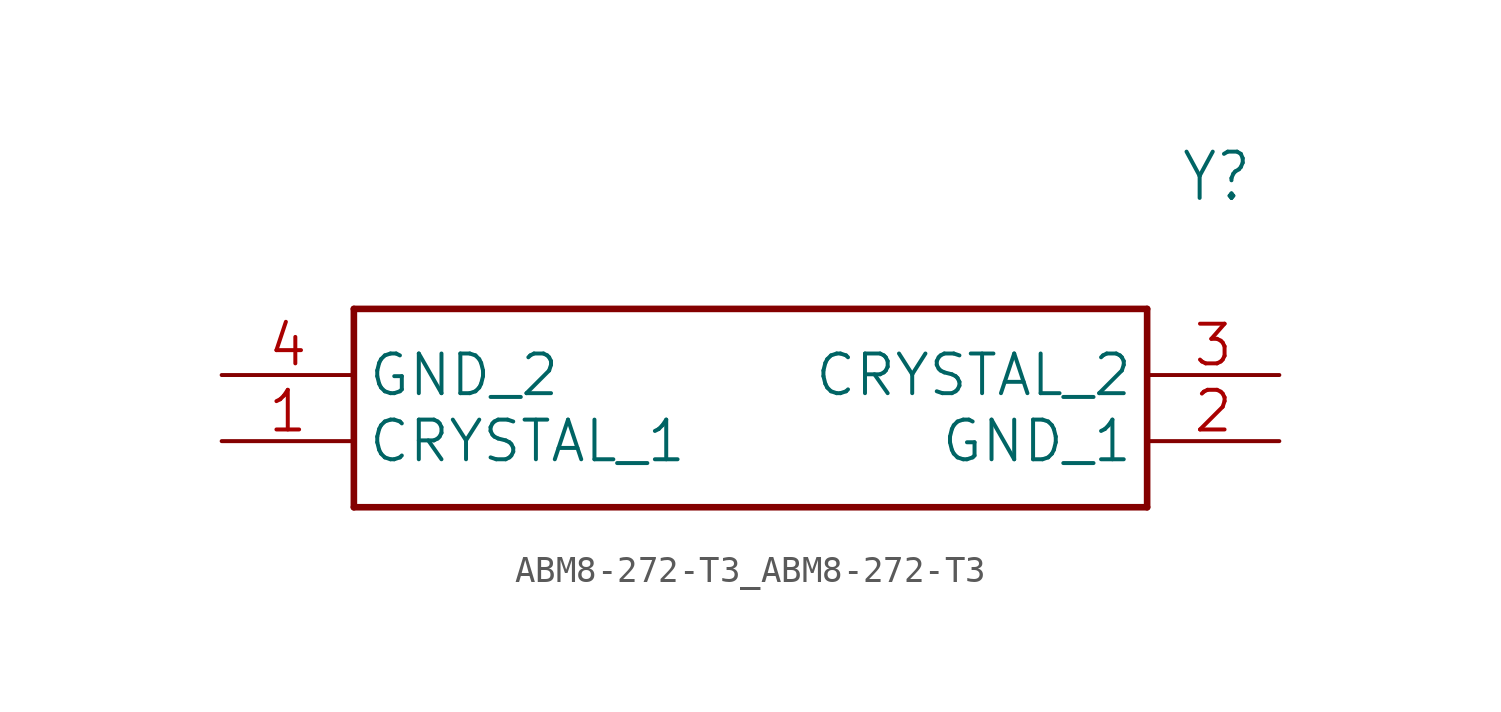
<source format=kicad_sym>
(kicad_symbol_lib
  (version 20241209)
  (generator "kicad_symbol_editor")
  (generator_version "9.0")
  (symbol "ABM8-272-T3_ABM8-272-T3"
    (property "Reference" "Y"
      (at 36.83 7.62 0)
      (effects (font (size 1.778 1.511)) (justify left)))
    (property "Value" ""
      (at 36.83 5.08 0)
      (effects (font (size 1.778 1.511)) (justify left)))
    (property "ki_locked" ""
      (at 0 0 0)
      (effects (font (size 1.27 1.27))))
    (symbol "ABM8-272-T3_ABM8-272-T3_1_0"
      (polyline (pts (xy 5.08 2.54) (xy 5.08 -5.08)) (stroke (width 0.254) (type solid)) (fill (type none)))
      (polyline (pts (xy 5.08 2.54) (xy 35.56 2.54)) (stroke (width 0.254) (type solid)) (fill (type none)))
      (polyline (pts (xy 35.56 -5.08) (xy 5.08 -5.08)) (stroke (width 0.254) (type solid)) (fill (type none)))
      (polyline (pts (xy 35.56 -5.08) (xy 35.56 2.54)) (stroke (width 0.254) (type solid)) (fill (type none)))
      (pin bidirectional line (at 0 0 0) (length 5.08) (name "GND_2" (effects (font (size 1.524 1.524)))) (number "4" (effects (font (size 1.524 1.524)))))
      (pin bidirectional line (at 0 -2.54 0) (length 5.08) (name "CRYSTAL_1" (effects (font (size 1.524 1.524)))) (number "1" (effects (font (size 1.524 1.524)))))
      (pin bidirectional line (at 40.64 0 180) (length 5.08) (name "CRYSTAL_2" (effects (font (size 1.524 1.524)))) (number "3" (effects (font (size 1.524 1.524)))))
      (pin bidirectional line (at 40.64 -2.54 180) (length 5.08) (name "GND_1" (effects (font (size 1.524 1.524)))) (number "2" (effects (font (size 1.524 1.524))))))))
</source>
